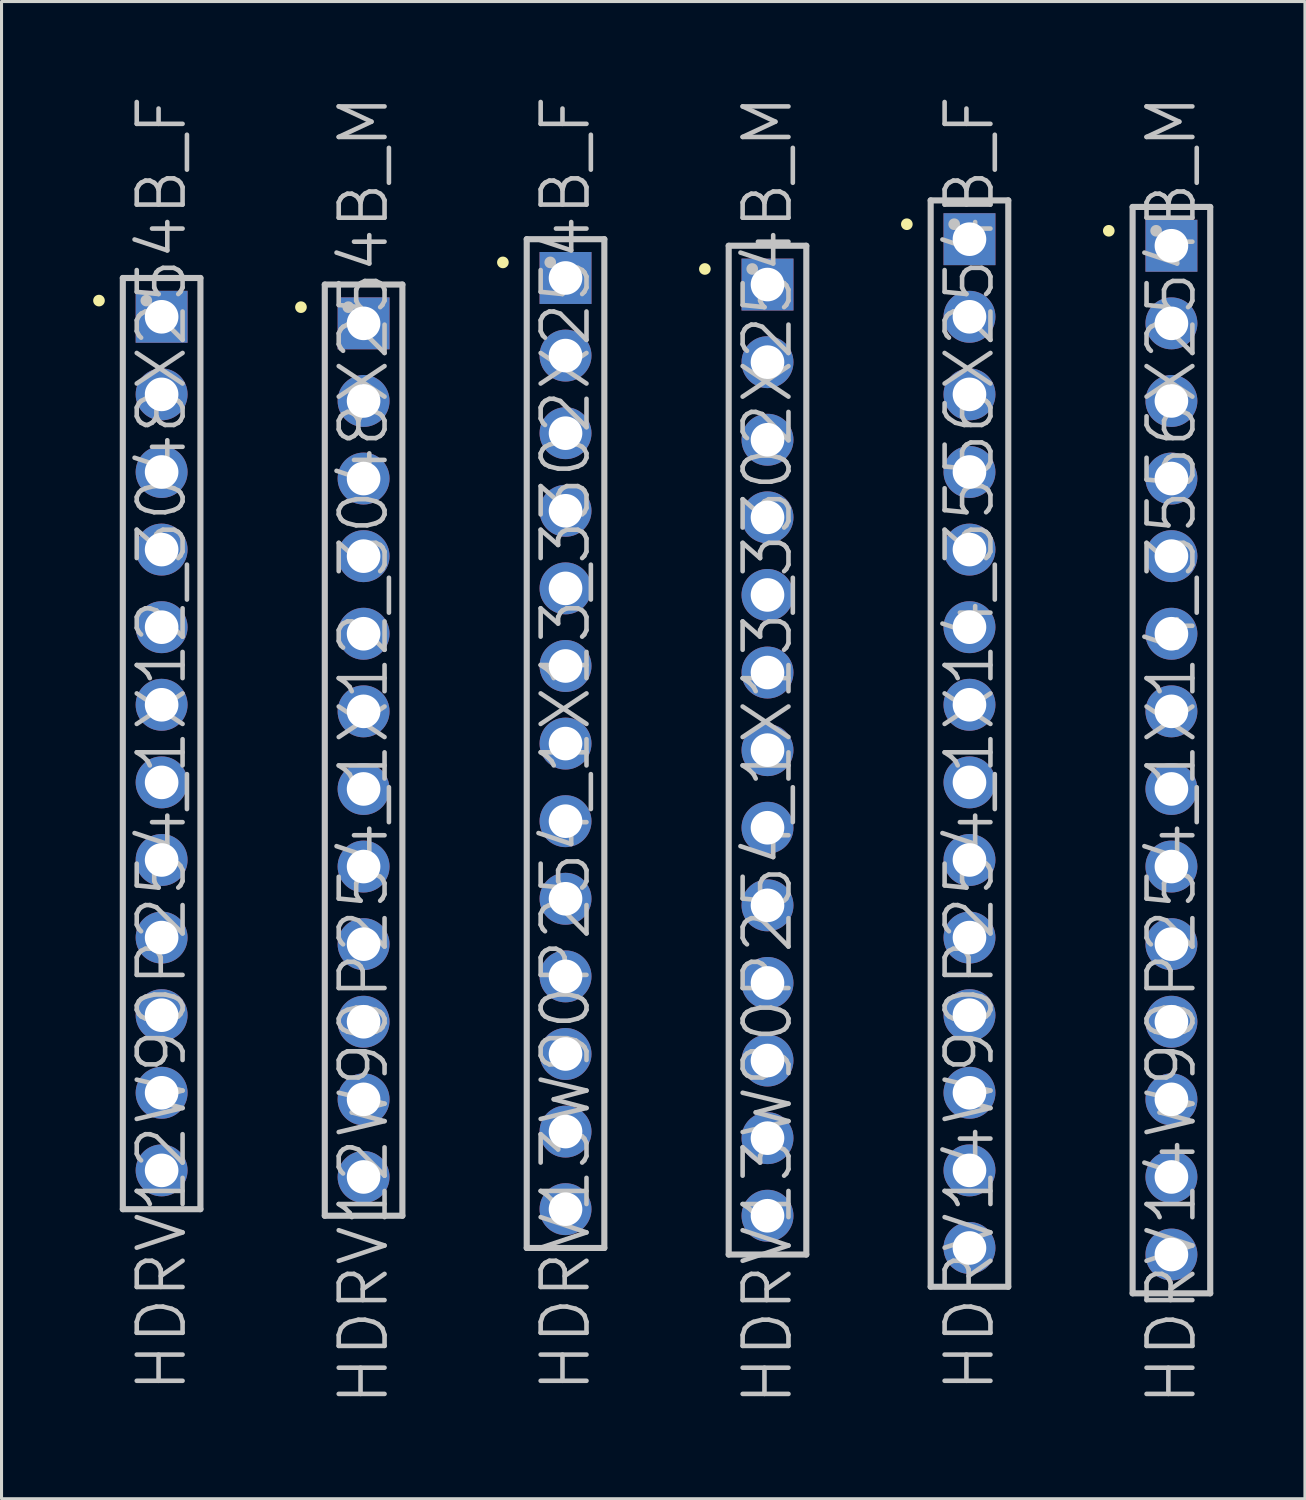
<source format=kicad_pcb>
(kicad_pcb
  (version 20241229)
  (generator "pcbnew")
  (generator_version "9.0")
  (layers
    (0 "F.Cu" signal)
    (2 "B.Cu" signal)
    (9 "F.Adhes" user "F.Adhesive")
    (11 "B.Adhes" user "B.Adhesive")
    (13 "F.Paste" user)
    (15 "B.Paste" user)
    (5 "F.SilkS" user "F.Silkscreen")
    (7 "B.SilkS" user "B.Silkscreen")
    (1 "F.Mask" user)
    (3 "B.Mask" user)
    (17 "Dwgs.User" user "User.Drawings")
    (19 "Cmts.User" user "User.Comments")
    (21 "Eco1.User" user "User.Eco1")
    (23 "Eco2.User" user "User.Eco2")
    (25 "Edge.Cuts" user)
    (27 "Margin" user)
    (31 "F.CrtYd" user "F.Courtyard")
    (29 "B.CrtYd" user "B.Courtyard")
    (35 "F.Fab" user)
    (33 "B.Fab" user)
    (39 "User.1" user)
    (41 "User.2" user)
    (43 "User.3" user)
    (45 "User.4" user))
  (footprint "HDRV14W90P254_1X14_3556X254B_M"
    (layer "F.Cu")
    (at 35.293 21.504)
    (property "Reference" "HDRV14W90P254_1X14_3556X254B_M" (at 0 0 90) (layer "Dwgs.User") (effects (font (size 1.5 1.5) (thickness 0.15))))
    (attr through_hole)
    (fp_line (start -2.05 -17) (end -2.05 -17) (stroke (width 0.381) (type solid)) (layer "F.SilkS"))
    (fp_line (start -1.27 -17.78) (end -1.27 17.78) (stroke (width 0.2) (type solid)) (layer "Dwgs.User"))
    (fp_line (start -1.27 -17.78) (end 1.27 -17.78) (stroke (width 0.2) (type solid)) (layer "Dwgs.User"))
    (fp_line (start -1.27 17.78) (end 1.27 17.78) (stroke (width 0.2) (type solid)) (layer "Dwgs.User"))
    (fp_line (start -0.5 -17) (end -0.5 -17) (stroke (width 0.381) (type solid)) (layer "Dwgs.User"))
    (fp_line (start 1.27 -17.78) (end 1.27 17.78) (stroke (width 0.2) (type solid)) (layer "Dwgs.User"))
    (pad "1" thru_hole rect (at 0 -16.51) (size 1.7 1.7) (drill 1.1) (layers "*.Cu" "*.Mask"))
    (pad "2" thru_hole circle (at 0 -13.97 270) (size 1.7 1.7) (drill 1.1) (layers "*.Cu" "*.Mask"))
    (pad "3" thru_hole circle (at 0 -11.43 270) (size 1.7 1.7) (drill 1.1) (layers "*.Cu" "*.Mask"))
    (pad "4" thru_hole circle (at 0 -8.89 270) (size 1.7 1.7) (drill 1.1) (layers "*.Cu" "*.Mask"))
    (pad "5" thru_hole circle (at 0 -6.35 270) (size 1.7 1.7) (drill 1.1) (layers "*.Cu" "*.Mask"))
    (pad "6" thru_hole circle (at 0 -3.81 270) (size 1.7 1.7) (drill 1.1) (layers "*.Cu" "*.Mask"))
    (pad "7" thru_hole circle (at 0 -1.27 270) (size 1.7 1.7) (drill 1.1) (layers "*.Cu" "*.Mask"))
    (pad "8" thru_hole circle (at 0 1.27 270) (size 1.7 1.7) (drill 1.1) (layers "*.Cu" "*.Mask"))
    (pad "9" thru_hole circle (at 0 3.81 270) (size 1.7 1.7) (drill 1.1) (layers "*.Cu" "*.Mask"))
    (pad "10" thru_hole circle (at 0 6.35 270) (size 1.7 1.7) (drill 1.1) (layers "*.Cu" "*.Mask"))
    (pad "11" thru_hole circle (at 0 8.89 270) (size 1.7 1.7) (drill 1.1) (layers "*.Cu" "*.Mask"))
    (pad "12" thru_hole circle (at 0 11.43 270) (size 1.7 1.7) (drill 1.1) (layers "*.Cu" "*.Mask"))
    (pad "13" thru_hole circle (at 0 13.97 270) (size 1.7 1.7) (drill 1.1) (layers "*.Cu" "*.Mask"))
    (pad "14" thru_hole circle (at 0 16.51 270) (size 1.7 1.7) (drill 1.1) (layers "*.Cu" "*.Mask")))
  (footprint "HDRV12W90P254_1X12_3048X254B_F"
    (layer "F.Cu")
    (at 2.24 21.289)
    (property "Reference" "HDRV12W90P254_1X12_3048X254B_F" (at 0 0 90) (layer "Dwgs.User") (effects (font (size 1.5 1.5) (thickness 0.15))))
    (attr through_hole)
    (fp_line (start -2.05 -14.5) (end -2.05 -14.5) (stroke (width 0.381) (type solid)) (layer "F.SilkS"))
    (fp_line (start -1.27 -15.24) (end -1.27 15.24) (stroke (width 0.2) (type solid)) (layer "Dwgs.User"))
    (fp_line (start -1.27 -15.24) (end 1.27 -15.24) (stroke (width 0.2) (type solid)) (layer "Dwgs.User"))
    (fp_line (start -1.27 15.24) (end 1.27 15.24) (stroke (width 0.2) (type solid)) (layer "Dwgs.User"))
    (fp_line (start -0.5 -14.5) (end -0.5 -14.5) (stroke (width 0.381) (type solid)) (layer "Dwgs.User"))
    (fp_line (start 1.27 -15.24) (end 1.27 15.24) (stroke (width 0.2) (type solid)) (layer "Dwgs.User"))
    (pad "1" thru_hole rect (at 0 -13.97) (size 1.7 1.7) (drill 1.1) (layers "*.Cu" "*.Mask"))
    (pad "2" thru_hole circle (at 0 -11.43 270) (size 1.7 1.7) (drill 1.1) (layers "*.Cu" "*.Mask"))
    (pad "3" thru_hole circle (at 0 -8.89 270) (size 1.7 1.7) (drill 1.1) (layers "*.Cu" "*.Mask"))
    (pad "4" thru_hole circle (at 0 -6.35 270) (size 1.7 1.7) (drill 1.1) (layers "*.Cu" "*.Mask"))
    (pad "5" thru_hole circle (at 0 -3.81 270) (size 1.7 1.7) (drill 1.1) (layers "*.Cu" "*.Mask"))
    (pad "6" thru_hole circle (at 0 -1.27 270) (size 1.7 1.7) (drill 1.1) (layers "*.Cu" "*.Mask"))
    (pad "7" thru_hole circle (at 0 1.27 270) (size 1.7 1.7) (drill 1.1) (layers "*.Cu" "*.Mask"))
    (pad "8" thru_hole circle (at 0 3.81 270) (size 1.7 1.7) (drill 1.1) (layers "*.Cu" "*.Mask"))
    (pad "9" thru_hole circle (at 0 6.35 270) (size 1.7 1.7) (drill 1.1) (layers "*.Cu" "*.Mask"))
    (pad "10" thru_hole circle (at 0 8.89 270) (size 1.7 1.7) (drill 1.1) (layers "*.Cu" "*.Mask"))
    (pad "11" thru_hole circle (at 0 11.43 270) (size 1.7 1.7) (drill 1.1) (layers "*.Cu" "*.Mask"))
    (pad "12" thru_hole circle (at 0 13.97 270) (size 1.7 1.7) (drill 1.1) (layers "*.Cu" "*.Mask")))
  (footprint "HDRV13W90P254_1X13_3302X254B_M"
    (layer "F.Cu")
    (at 22.072 21.504)
    (property "Reference" "HDRV13W90P254_1X13_3302X254B_M" (at 0 0 90) (layer "Dwgs.User") (effects (font (size 1.5 1.5) (thickness 0.15))))
    (attr through_hole)
    (fp_line (start -2.05 -15.75) (end -2.05 -15.75) (stroke (width 0.381) (type solid)) (layer "F.SilkS"))
    (fp_line (start -1.27 -16.51) (end -1.27 16.51) (stroke (width 0.2) (type solid)) (layer "Dwgs.User"))
    (fp_line (start -1.27 -16.51) (end 1.27 -16.51) (stroke (width 0.2) (type solid)) (layer "Dwgs.User"))
    (fp_line (start -1.27 16.51) (end 1.27 16.51) (stroke (width 0.2) (type solid)) (layer "Dwgs.User"))
    (fp_line (start -0.5 -15.75) (end -0.5 -15.75) (stroke (width 0.381) (type solid)) (layer "Dwgs.User"))
    (fp_line (start 1.27 -16.51) (end 1.27 16.51) (stroke (width 0.2) (type solid)) (layer "Dwgs.User"))
    (pad "1" thru_hole rect (at 0 -15.24) (size 1.7 1.7) (drill 1.1) (layers "*.Cu" "*.Mask"))
    (pad "2" thru_hole circle (at 0 -12.7 270) (size 1.7 1.7) (drill 1.1) (layers "*.Cu" "*.Mask"))
    (pad "3" thru_hole circle (at 0 -10.16 270) (size 1.7 1.7) (drill 1.1) (layers "*.Cu" "*.Mask"))
    (pad "4" thru_hole circle (at 0 -7.62 270) (size 1.7 1.7) (drill 1.1) (layers "*.Cu" "*.Mask"))
    (pad "5" thru_hole circle (at 0 -5.08 270) (size 1.7 1.7) (drill 1.1) (layers "*.Cu" "*.Mask"))
    (pad "6" thru_hole circle (at 0 -2.54 270) (size 1.7 1.7) (drill 1.1) (layers "*.Cu" "*.Mask"))
    (pad "7" thru_hole circle (at 0 0 270) (size 1.7 1.7) (drill 1.1) (layers "*.Cu" "*.Mask"))
    (pad "8" thru_hole circle (at 0 2.54 270) (size 1.7 1.7) (drill 1.1) (layers "*.Cu" "*.Mask"))
    (pad "9" thru_hole circle (at 0 5.08 270) (size 1.7 1.7) (drill 1.1) (layers "*.Cu" "*.Mask"))
    (pad "10" thru_hole circle (at 0 7.62 270) (size 1.7 1.7) (drill 1.1) (layers "*.Cu" "*.Mask"))
    (pad "11" thru_hole circle (at 0 10.16 270) (size 1.7 1.7) (drill 1.1) (layers "*.Cu" "*.Mask"))
    (pad "12" thru_hole circle (at 0 12.7 270) (size 1.7 1.7) (drill 1.1) (layers "*.Cu" "*.Mask"))
    (pad "13" thru_hole circle (at 0 15.24 270) (size 1.7 1.7) (drill 1.1) (layers "*.Cu" "*.Mask")))
  (footprint "HDRV13W90P254_1X13_3302X254B_F"
    (layer "F.Cu")
    (at 15.461 21.289)
    (property "Reference" "HDRV13W90P254_1X13_3302X254B_F" (at 0 0 90) (layer "Dwgs.User") (effects (font (size 1.5 1.5) (thickness 0.15))))
    (attr through_hole)
    (fp_line (start -2.05 -15.75) (end -2.05 -15.75) (stroke (width 0.381) (type solid)) (layer "F.SilkS"))
    (fp_line (start -1.27 -16.51) (end -1.27 16.51) (stroke (width 0.2) (type solid)) (layer "Dwgs.User"))
    (fp_line (start -1.27 -16.51) (end 1.27 -16.51) (stroke (width 0.2) (type solid)) (layer "Dwgs.User"))
    (fp_line (start -1.27 16.51) (end 1.27 16.51) (stroke (width 0.2) (type solid)) (layer "Dwgs.User"))
    (fp_line (start -0.5 -15.75) (end -0.5 -15.75) (stroke (width 0.381) (type solid)) (layer "Dwgs.User"))
    (fp_line (start 1.27 -16.51) (end 1.27 16.51) (stroke (width 0.2) (type solid)) (layer "Dwgs.User"))
    (pad "1" thru_hole rect (at 0 -15.24) (size 1.7 1.7) (drill 1.1) (layers "*.Cu" "*.Mask"))
    (pad "2" thru_hole circle (at 0 -12.7 270) (size 1.7 1.7) (drill 1.1) (layers "*.Cu" "*.Mask"))
    (pad "3" thru_hole circle (at 0 -10.16 270) (size 1.7 1.7) (drill 1.1) (layers "*.Cu" "*.Mask"))
    (pad "4" thru_hole circle (at 0 -7.62 270) (size 1.7 1.7) (drill 1.1) (layers "*.Cu" "*.Mask"))
    (pad "5" thru_hole circle (at 0 -5.08 270) (size 1.7 1.7) (drill 1.1) (layers "*.Cu" "*.Mask"))
    (pad "6" thru_hole circle (at 0 -2.54 270) (size 1.7 1.7) (drill 1.1) (layers "*.Cu" "*.Mask"))
    (pad "7" thru_hole circle (at 0 0 270) (size 1.7 1.7) (drill 1.1) (layers "*.Cu" "*.Mask"))
    (pad "8" thru_hole circle (at 0 2.54 270) (size 1.7 1.7) (drill 1.1) (layers "*.Cu" "*.Mask"))
    (pad "9" thru_hole circle (at 0 5.08 270) (size 1.7 1.7) (drill 1.1) (layers "*.Cu" "*.Mask"))
    (pad "10" thru_hole circle (at 0 7.62 270) (size 1.7 1.7) (drill 1.1) (layers "*.Cu" "*.Mask"))
    (pad "11" thru_hole circle (at 0 10.16 270) (size 1.7 1.7) (drill 1.1) (layers "*.Cu" "*.Mask"))
    (pad "12" thru_hole circle (at 0 12.7 270) (size 1.7 1.7) (drill 1.1) (layers "*.Cu" "*.Mask"))
    (pad "13" thru_hole circle (at 0 15.24 270) (size 1.7 1.7) (drill 1.1) (layers "*.Cu" "*.Mask")))
  (footprint "HDRV12W90P254_1X12_3048X254B_M"
    (layer "F.Cu")
    (at 8.851 21.504)
    (property "Reference" "HDRV12W90P254_1X12_3048X254B_M" (at 0 0 90) (layer "Dwgs.User") (effects (font (size 1.5 1.5) (thickness 0.15))))
    (attr through_hole)
    (fp_line (start -2.05 -14.5) (end -2.05 -14.5) (stroke (width 0.381) (type solid)) (layer "F.SilkS"))
    (fp_line (start -1.27 -15.24) (end -1.27 15.24) (stroke (width 0.2) (type solid)) (layer "Dwgs.User"))
    (fp_line (start -1.27 -15.24) (end 1.27 -15.24) (stroke (width 0.2) (type solid)) (layer "Dwgs.User"))
    (fp_line (start -1.27 15.24) (end 1.27 15.24) (stroke (width 0.2) (type solid)) (layer "Dwgs.User"))
    (fp_line (start -0.5 -14.5) (end -0.5 -14.5) (stroke (width 0.381) (type solid)) (layer "Dwgs.User"))
    (fp_line (start 1.27 -15.24) (end 1.27 15.24) (stroke (width 0.2) (type solid)) (layer "Dwgs.User"))
    (pad "1" thru_hole rect (at 0 -13.97) (size 1.7 1.7) (drill 1.1) (layers "*.Cu" "*.Mask"))
    (pad "2" thru_hole circle (at 0 -11.43 270) (size 1.7 1.7) (drill 1.1) (layers "*.Cu" "*.Mask"))
    (pad "3" thru_hole circle (at 0 -8.89 270) (size 1.7 1.7) (drill 1.1) (layers "*.Cu" "*.Mask"))
    (pad "4" thru_hole circle (at 0 -6.35 270) (size 1.7 1.7) (drill 1.1) (layers "*.Cu" "*.Mask"))
    (pad "5" thru_hole circle (at 0 -3.81 270) (size 1.7 1.7) (drill 1.1) (layers "*.Cu" "*.Mask"))
    (pad "6" thru_hole circle (at 0 -1.27 270) (size 1.7 1.7) (drill 1.1) (layers "*.Cu" "*.Mask"))
    (pad "7" thru_hole circle (at 0 1.27 270) (size 1.7 1.7) (drill 1.1) (layers "*.Cu" "*.Mask"))
    (pad "8" thru_hole circle (at 0 3.81 270) (size 1.7 1.7) (drill 1.1) (layers "*.Cu" "*.Mask"))
    (pad "9" thru_hole circle (at 0 6.35 270) (size 1.7 1.7) (drill 1.1) (layers "*.Cu" "*.Mask"))
    (pad "10" thru_hole circle (at 0 8.89 270) (size 1.7 1.7) (drill 1.1) (layers "*.Cu" "*.Mask"))
    (pad "11" thru_hole circle (at 0 11.43 270) (size 1.7 1.7) (drill 1.1) (layers "*.Cu" "*.Mask"))
    (pad "12" thru_hole circle (at 0 13.97 270) (size 1.7 1.7) (drill 1.1) (layers "*.Cu" "*.Mask")))
  (footprint "HDRV14W90P254_1X14_3556X254B_F"
    (layer "F.Cu")
    (at 28.683 21.289)
    (property "Reference" "HDRV14W90P254_1X14_3556X254B_F" (at 0 0 90) (layer "Dwgs.User") (effects (font (size 1.5 1.5) (thickness 0.15))))
    (attr through_hole)
    (fp_line (start -2.05 -17) (end -2.05 -17) (stroke (width 0.381) (type solid)) (layer "F.SilkS"))
    (fp_line (start -1.27 -17.78) (end -1.27 17.78) (stroke (width 0.2) (type solid)) (layer "Dwgs.User"))
    (fp_line (start -1.27 -17.78) (end 1.27 -17.78) (stroke (width 0.2) (type solid)) (layer "Dwgs.User"))
    (fp_line (start -1.27 17.78) (end 1.27 17.78) (stroke (width 0.2) (type solid)) (layer "Dwgs.User"))
    (fp_line (start -0.5 -17) (end -0.5 -17) (stroke (width 0.381) (type solid)) (layer "Dwgs.User"))
    (fp_line (start 1.27 -17.78) (end 1.27 17.78) (stroke (width 0.2) (type solid)) (layer "Dwgs.User"))
    (pad "1" thru_hole rect (at 0 -16.51) (size 1.7 1.7) (drill 1.1) (layers "*.Cu" "*.Mask"))
    (pad "2" thru_hole circle (at 0 -13.97 270) (size 1.7 1.7) (drill 1.1) (layers "*.Cu" "*.Mask"))
    (pad "3" thru_hole circle (at 0 -11.43 270) (size 1.7 1.7) (drill 1.1) (layers "*.Cu" "*.Mask"))
    (pad "4" thru_hole circle (at 0 -8.89 270) (size 1.7 1.7) (drill 1.1) (layers "*.Cu" "*.Mask"))
    (pad "5" thru_hole circle (at 0 -6.35 270) (size 1.7 1.7) (drill 1.1) (layers "*.Cu" "*.Mask"))
    (pad "6" thru_hole circle (at 0 -3.81 270) (size 1.7 1.7) (drill 1.1) (layers "*.Cu" "*.Mask"))
    (pad "7" thru_hole circle (at 0 -1.27 270) (size 1.7 1.7) (drill 1.1) (layers "*.Cu" "*.Mask"))
    (pad "8" thru_hole circle (at 0 1.27 270) (size 1.7 1.7) (drill 1.1) (layers "*.Cu" "*.Mask"))
    (pad "9" thru_hole circle (at 0 3.81 270) (size 1.7 1.7) (drill 1.1) (layers "*.Cu" "*.Mask"))
    (pad "10" thru_hole circle (at 0 6.35 270) (size 1.7 1.7) (drill 1.1) (layers "*.Cu" "*.Mask"))
    (pad "11" thru_hole circle (at 0 8.89 270) (size 1.7 1.7) (drill 1.1) (layers "*.Cu" "*.Mask"))
    (pad "12" thru_hole circle (at 0 11.43 270) (size 1.7 1.7) (drill 1.1) (layers "*.Cu" "*.Mask"))
    (pad "13" thru_hole circle (at 0 13.97 270) (size 1.7 1.7) (drill 1.1) (layers "*.Cu" "*.Mask"))
    (pad "14" thru_hole circle (at 0 16.51 270) (size 1.7 1.7) (drill 1.1) (layers "*.Cu" "*.Mask")))
  (gr_rect
    (start -3 -3)
    (end 39.663 46.007)
    (stroke (width 0.1) (type default))
    (fill no)
    (layer "Edge.Cuts")))
</source>
